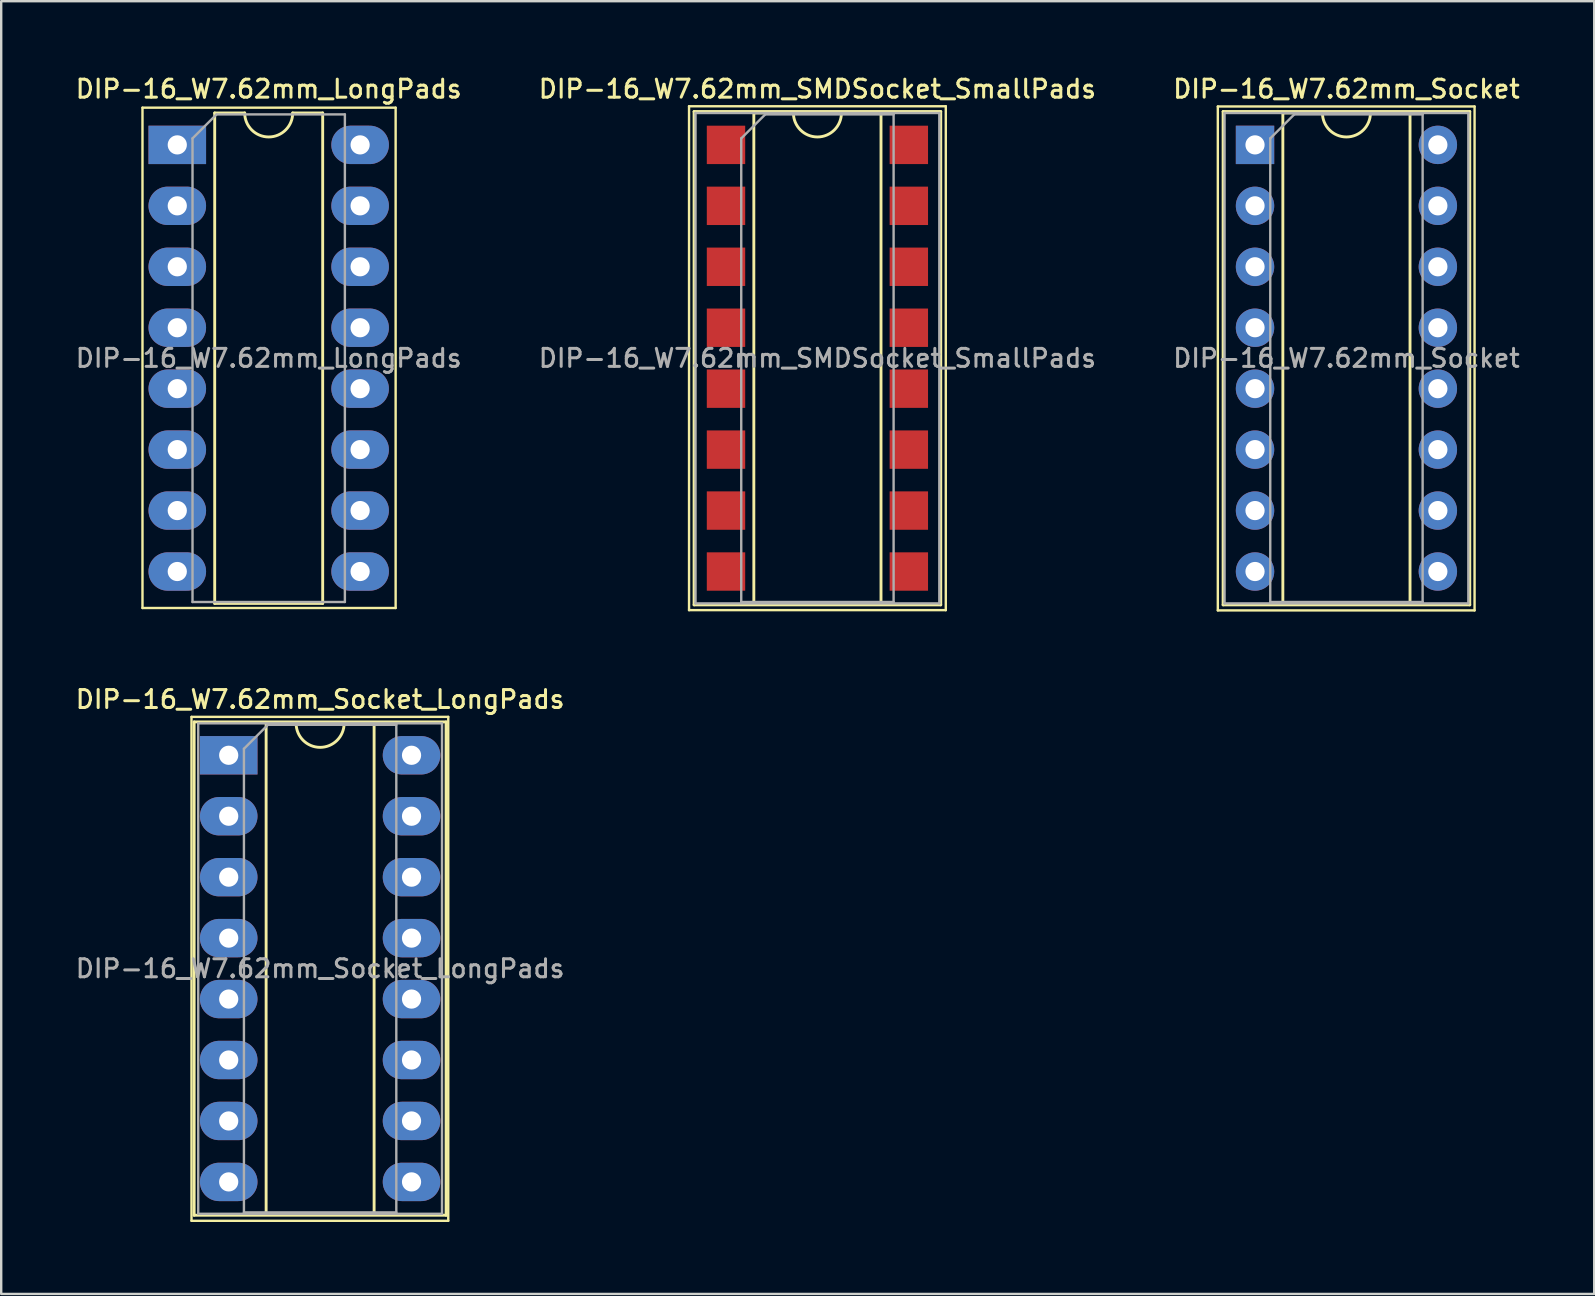
<source format=kicad_pcb>
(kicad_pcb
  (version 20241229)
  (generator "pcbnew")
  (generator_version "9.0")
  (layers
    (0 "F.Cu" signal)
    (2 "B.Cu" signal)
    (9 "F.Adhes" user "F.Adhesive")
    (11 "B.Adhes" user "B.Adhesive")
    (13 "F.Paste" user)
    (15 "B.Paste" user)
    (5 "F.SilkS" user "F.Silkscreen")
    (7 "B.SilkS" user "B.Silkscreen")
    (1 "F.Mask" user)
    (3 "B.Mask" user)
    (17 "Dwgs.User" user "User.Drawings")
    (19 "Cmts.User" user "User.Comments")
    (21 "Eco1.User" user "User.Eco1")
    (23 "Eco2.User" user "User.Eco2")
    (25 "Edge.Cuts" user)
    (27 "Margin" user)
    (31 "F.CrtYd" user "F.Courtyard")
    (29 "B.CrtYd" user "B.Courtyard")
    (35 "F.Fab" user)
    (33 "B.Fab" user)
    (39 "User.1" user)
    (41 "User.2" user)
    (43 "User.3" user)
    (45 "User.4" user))
  (footprint "DIP-16_W7.62mm_Socket_LongPads"
    (layer "F.Cu")
    (at 6.481 28.426)
    (property "Reference" "DIP-16_W7.62mm_Socket_LongPads" (at 3.81 -2.33 0) (layer "F.SilkS") (effects (font (size 0.75 0.75) (thickness 0.125))))
    (attr through_hole)
    (fp_line (start -1.55 -1.6) (end -1.55 19.4) (stroke (width 0.1) (type solid)) (layer "F.SilkS"))
    (fp_line (start -1.55 19.4) (end 9.15 19.4) (stroke (width 0.1) (type solid)) (layer "F.SilkS"))
    (fp_line (start -1.44 -1.39) (end -1.44 19.17) (stroke (width 0.12) (type solid)) (layer "F.SilkS"))
    (fp_line (start -1.44 19.17) (end 9.06 19.17) (stroke (width 0.12) (type solid)) (layer "F.SilkS"))
    (fp_line (start 1.56 -1.33) (end 1.56 19.11) (stroke (width 0.12) (type solid)) (layer "F.SilkS"))
    (fp_line (start 1.56 19.11) (end 6.06 19.11) (stroke (width 0.12) (type solid)) (layer "F.SilkS"))
    (fp_line (start 2.81 -1.33) (end 1.56 -1.33) (stroke (width 0.12) (type solid)) (layer "F.SilkS"))
    (fp_line (start 6.06 -1.33) (end 4.81 -1.33) (stroke (width 0.12) (type solid)) (layer "F.SilkS"))
    (fp_line (start 6.06 19.11) (end 6.06 -1.33) (stroke (width 0.12) (type solid)) (layer "F.SilkS"))
    (fp_line (start 9.06 -1.39) (end -1.44 -1.39) (stroke (width 0.12) (type solid)) (layer "F.SilkS"))
    (fp_line (start 9.06 19.17) (end 9.06 -1.39) (stroke (width 0.12) (type solid)) (layer "F.SilkS"))
    (fp_line (start 9.15 -1.6) (end -1.55 -1.6) (stroke (width 0.1) (type solid)) (layer "F.SilkS"))
    (fp_line (start 9.15 19.4) (end 9.15 -1.6) (stroke (width 0.1) (type solid)) (layer "F.SilkS"))
    (fp_arc (start 4.81 -1.33) (mid 3.81 -0.33) (end 2.81 -1.33) (stroke (width 0.12) (type solid)) (layer "F.SilkS"))
    (fp_line (start -1.27 -1.33) (end -1.27 19.11) (stroke (width 0.1) (type solid)) (layer "F.Fab"))
    (fp_line (start -1.27 19.11) (end 8.89 19.11) (stroke (width 0.1) (type solid)) (layer "F.Fab"))
    (fp_line (start 0.635 -0.27) (end 1.635 -1.27) (stroke (width 0.1) (type solid)) (layer "F.Fab"))
    (fp_line (start 0.635 19.05) (end 0.635 -0.27) (stroke (width 0.1) (type solid)) (layer "F.Fab"))
    (fp_line (start 1.635 -1.27) (end 6.985 -1.27) (stroke (width 0.1) (type solid)) (layer "F.Fab"))
    (fp_line (start 6.985 -1.27) (end 6.985 19.05) (stroke (width 0.1) (type solid)) (layer "F.Fab"))
    (fp_line (start 6.985 19.05) (end 0.635 19.05) (stroke (width 0.1) (type solid)) (layer "F.Fab"))
    (fp_line (start 8.89 -1.33) (end -1.27 -1.33) (stroke (width 0.1) (type solid)) (layer "F.Fab"))
    (fp_line (start 8.89 19.11) (end 8.89 -1.33) (stroke (width 0.1) (type solid)) (layer "F.Fab"))
    (fp_text user "${REFERENCE}" (at 3.81 8.89 0) (layer "F.Fab") (effects (font (size 0.75 0.75) (thickness 0.125))))
    (pad "1" thru_hole rect (at 0 0) (size 2.4 1.6) (drill 0.8) (layers "*.Cu" "*.Mask"))
    (pad "2" thru_hole oval (at 0 2.54) (size 2.4 1.6) (drill 0.8) (layers "*.Cu" "*.Mask"))
    (pad "3" thru_hole oval (at 0 5.08) (size 2.4 1.6) (drill 0.8) (layers "*.Cu" "*.Mask"))
    (pad "4" thru_hole oval (at 0 7.62) (size 2.4 1.6) (drill 0.8) (layers "*.Cu" "*.Mask"))
    (pad "5" thru_hole oval (at 0 10.16) (size 2.4 1.6) (drill 0.8) (layers "*.Cu" "*.Mask"))
    (pad "6" thru_hole oval (at 0 12.7) (size 2.4 1.6) (drill 0.8) (layers "*.Cu" "*.Mask"))
    (pad "7" thru_hole oval (at 0 15.24) (size 2.4 1.6) (drill 0.8) (layers "*.Cu" "*.Mask"))
    (pad "8" thru_hole oval (at 0 17.78) (size 2.4 1.6) (drill 0.8) (layers "*.Cu" "*.Mask"))
    (pad "9" thru_hole oval (at 7.62 17.78) (size 2.4 1.6) (drill 0.8) (layers "*.Cu" "*.Mask"))
    (pad "10" thru_hole oval (at 7.62 15.24) (size 2.4 1.6) (drill 0.8) (layers "*.Cu" "*.Mask"))
    (pad "11" thru_hole oval (at 7.62 12.7) (size 2.4 1.6) (drill 0.8) (layers "*.Cu" "*.Mask"))
    (pad "12" thru_hole oval (at 7.62 10.16) (size 2.4 1.6) (drill 0.8) (layers "*.Cu" "*.Mask"))
    (pad "13" thru_hole oval (at 7.62 7.62) (size 2.4 1.6) (drill 0.8) (layers "*.Cu" "*.Mask"))
    (pad "14" thru_hole oval (at 7.62 5.08) (size 2.4 1.6) (drill 0.8) (layers "*.Cu" "*.Mask"))
    (pad "15" thru_hole oval (at 7.62 2.54) (size 2.4 1.6) (drill 0.8) (layers "*.Cu" "*.Mask"))
    (pad "16" thru_hole oval (at 7.62 0) (size 2.4 1.6) (drill 0.8) (layers "*.Cu" "*.Mask")))
  (footprint "DIP-16_W7.62mm_SMDSocket_SmallPads"
    (layer "F.Cu")
    (at 31.016 11.878)
    (property "Reference" "DIP-16_W7.62mm_SMDSocket_SmallPads" (at 0 -11.22 0) (layer "F.SilkS") (effects (font (size 0.75 0.75) (thickness 0.125))))
    (attr smd)
    (fp_line (start -5.35 -10.5) (end -5.35 10.5) (stroke (width 0.1) (type solid)) (layer "F.SilkS"))
    (fp_line (start -5.35 10.5) (end 5.35 10.5) (stroke (width 0.1) (type solid)) (layer "F.SilkS"))
    (fp_line (start -5.14 -10.28) (end -5.14 10.28) (stroke (width 0.12) (type solid)) (layer "F.SilkS"))
    (fp_line (start -5.14 10.28) (end 5.14 10.28) (stroke (width 0.12) (type solid)) (layer "F.SilkS"))
    (fp_line (start -2.65 -10.22) (end -2.65 10.22) (stroke (width 0.12) (type solid)) (layer "F.SilkS"))
    (fp_line (start -2.65 10.22) (end 2.65 10.22) (stroke (width 0.12) (type solid)) (layer "F.SilkS"))
    (fp_line (start -1 -10.22) (end -2.65 -10.22) (stroke (width 0.12) (type solid)) (layer "F.SilkS"))
    (fp_line (start 2.65 -10.22) (end 1 -10.22) (stroke (width 0.12) (type solid)) (layer "F.SilkS"))
    (fp_line (start 2.65 10.22) (end 2.65 -10.22) (stroke (width 0.12) (type solid)) (layer "F.SilkS"))
    (fp_line (start 5.14 -10.28) (end -5.14 -10.28) (stroke (width 0.12) (type solid)) (layer "F.SilkS"))
    (fp_line (start 5.14 10.28) (end 5.14 -10.28) (stroke (width 0.12) (type solid)) (layer "F.SilkS"))
    (fp_line (start 5.35 -10.5) (end -5.35 -10.5) (stroke (width 0.1) (type solid)) (layer "F.SilkS"))
    (fp_line (start 5.35 10.5) (end 5.35 -10.5) (stroke (width 0.1) (type solid)) (layer "F.SilkS"))
    (fp_arc (start 1 -10.22) (mid 0 -9.22) (end -1 -10.22) (stroke (width 0.12) (type solid)) (layer "F.SilkS"))
    (fp_line (start -5.08 -10.22) (end -5.08 10.22) (stroke (width 0.1) (type solid)) (layer "F.Fab"))
    (fp_line (start -5.08 10.22) (end 5.08 10.22) (stroke (width 0.1) (type solid)) (layer "F.Fab"))
    (fp_line (start -3.175 -9.16) (end -2.175 -10.16) (stroke (width 0.1) (type solid)) (layer "F.Fab"))
    (fp_line (start -3.175 10.16) (end -3.175 -9.16) (stroke (width 0.1) (type solid)) (layer "F.Fab"))
    (fp_line (start -2.175 -10.16) (end 3.175 -10.16) (stroke (width 0.1) (type solid)) (layer "F.Fab"))
    (fp_line (start 3.175 -10.16) (end 3.175 10.16) (stroke (width 0.1) (type solid)) (layer "F.Fab"))
    (fp_line (start 3.175 10.16) (end -3.175 10.16) (stroke (width 0.1) (type solid)) (layer "F.Fab"))
    (fp_line (start 5.08 -10.22) (end -5.08 -10.22) (stroke (width 0.1) (type solid)) (layer "F.Fab"))
    (fp_line (start 5.08 10.22) (end 5.08 -10.22) (stroke (width 0.1) (type solid)) (layer "F.Fab"))
    (fp_text user "${REFERENCE}" (at 0 0 0) (layer "F.Fab") (effects (font (size 0.75 0.75) (thickness 0.125))))
    (pad "1" smd rect (at -3.81 -8.89) (size 1.6 1.6) (layers "F.Cu" "F.Mask" "F.Paste"))
    (pad "2" smd rect (at -3.81 -6.35) (size 1.6 1.6) (layers "F.Cu" "F.Mask" "F.Paste"))
    (pad "3" smd rect (at -3.81 -3.81) (size 1.6 1.6) (layers "F.Cu" "F.Mask" "F.Paste"))
    (pad "4" smd rect (at -3.81 -1.27) (size 1.6 1.6) (layers "F.Cu" "F.Mask" "F.Paste"))
    (pad "5" smd rect (at -3.81 1.27) (size 1.6 1.6) (layers "F.Cu" "F.Mask" "F.Paste"))
    (pad "6" smd rect (at -3.81 3.81) (size 1.6 1.6) (layers "F.Cu" "F.Mask" "F.Paste"))
    (pad "7" smd rect (at -3.81 6.35) (size 1.6 1.6) (layers "F.Cu" "F.Mask" "F.Paste"))
    (pad "8" smd rect (at -3.81 8.89) (size 1.6 1.6) (layers "F.Cu" "F.Mask" "F.Paste"))
    (pad "9" smd rect (at 3.81 8.89) (size 1.6 1.6) (layers "F.Cu" "F.Mask" "F.Paste"))
    (pad "10" smd rect (at 3.81 6.35) (size 1.6 1.6) (layers "F.Cu" "F.Mask" "F.Paste"))
    (pad "11" smd rect (at 3.81 3.81) (size 1.6 1.6) (layers "F.Cu" "F.Mask" "F.Paste"))
    (pad "12" smd rect (at 3.81 1.27) (size 1.6 1.6) (layers "F.Cu" "F.Mask" "F.Paste"))
    (pad "13" smd rect (at 3.81 -1.27) (size 1.6 1.6) (layers "F.Cu" "F.Mask" "F.Paste"))
    (pad "14" smd rect (at 3.81 -3.81) (size 1.6 1.6) (layers "F.Cu" "F.Mask" "F.Paste"))
    (pad "15" smd rect (at 3.81 -6.35) (size 1.6 1.6) (layers "F.Cu" "F.Mask" "F.Paste"))
    (pad "16" smd rect (at 3.81 -8.89) (size 1.6 1.6) (layers "F.Cu" "F.Mask" "F.Paste")))
  (footprint "DIP-16_W7.62mm_LongPads"
    (layer "F.Cu")
    (at 4.338 2.988)
    (property "Reference" "DIP-16_W7.62mm_LongPads" (at 3.81 -2.33 0) (layer "F.SilkS") (effects (font (size 0.75 0.75) (thickness 0.125))))
    (attr through_hole)
    (fp_line (start -1.45 -1.55) (end -1.45 19.3) (stroke (width 0.1) (type solid)) (layer "F.SilkS"))
    (fp_line (start -1.45 19.3) (end 9.1 19.3) (stroke (width 0.1) (type solid)) (layer "F.SilkS"))
    (fp_line (start 1.56 -1.33) (end 1.56 19.11) (stroke (width 0.12) (type solid)) (layer "F.SilkS"))
    (fp_line (start 1.56 19.11) (end 6.06 19.11) (stroke (width 0.12) (type solid)) (layer "F.SilkS"))
    (fp_line (start 2.81 -1.33) (end 1.56 -1.33) (stroke (width 0.12) (type solid)) (layer "F.SilkS"))
    (fp_line (start 6.06 -1.33) (end 4.81 -1.33) (stroke (width 0.12) (type solid)) (layer "F.SilkS"))
    (fp_line (start 6.06 19.11) (end 6.06 -1.33) (stroke (width 0.12) (type solid)) (layer "F.SilkS"))
    (fp_line (start 9.1 -1.55) (end -1.45 -1.55) (stroke (width 0.1) (type solid)) (layer "F.SilkS"))
    (fp_line (start 9.1 19.3) (end 9.1 -1.55) (stroke (width 0.1) (type solid)) (layer "F.SilkS"))
    (fp_arc (start 4.81 -1.33) (mid 3.81 -0.33) (end 2.81 -1.33) (stroke (width 0.12) (type solid)) (layer "F.SilkS"))
    (fp_line (start 0.635 -0.27) (end 1.635 -1.27) (stroke (width 0.1) (type solid)) (layer "F.Fab"))
    (fp_line (start 0.635 19.05) (end 0.635 -0.27) (stroke (width 0.1) (type solid)) (layer "F.Fab"))
    (fp_line (start 1.635 -1.27) (end 6.985 -1.27) (stroke (width 0.1) (type solid)) (layer "F.Fab"))
    (fp_line (start 6.985 -1.27) (end 6.985 19.05) (stroke (width 0.1) (type solid)) (layer "F.Fab"))
    (fp_line (start 6.985 19.05) (end 0.635 19.05) (stroke (width 0.1) (type solid)) (layer "F.Fab"))
    (fp_text user "${REFERENCE}" (at 3.81 8.89 0) (layer "F.Fab") (effects (font (size 0.75 0.75) (thickness 0.125))))
    (pad "1" thru_hole rect (at 0 0) (size 2.4 1.6) (drill 0.8) (layers "*.Cu" "*.Mask"))
    (pad "2" thru_hole oval (at 0 2.54) (size 2.4 1.6) (drill 0.8) (layers "*.Cu" "*.Mask"))
    (pad "3" thru_hole oval (at 0 5.08) (size 2.4 1.6) (drill 0.8) (layers "*.Cu" "*.Mask"))
    (pad "4" thru_hole oval (at 0 7.62) (size 2.4 1.6) (drill 0.8) (layers "*.Cu" "*.Mask"))
    (pad "5" thru_hole oval (at 0 10.16) (size 2.4 1.6) (drill 0.8) (layers "*.Cu" "*.Mask"))
    (pad "6" thru_hole oval (at 0 12.7) (size 2.4 1.6) (drill 0.8) (layers "*.Cu" "*.Mask"))
    (pad "7" thru_hole oval (at 0 15.24) (size 2.4 1.6) (drill 0.8) (layers "*.Cu" "*.Mask"))
    (pad "8" thru_hole oval (at 0 17.78) (size 2.4 1.6) (drill 0.8) (layers "*.Cu" "*.Mask"))
    (pad "9" thru_hole oval (at 7.62 17.78) (size 2.4 1.6) (drill 0.8) (layers "*.Cu" "*.Mask"))
    (pad "10" thru_hole oval (at 7.62 15.24) (size 2.4 1.6) (drill 0.8) (layers "*.Cu" "*.Mask"))
    (pad "11" thru_hole oval (at 7.62 12.7) (size 2.4 1.6) (drill 0.8) (layers "*.Cu" "*.Mask"))
    (pad "12" thru_hole oval (at 7.62 10.16) (size 2.4 1.6) (drill 0.8) (layers "*.Cu" "*.Mask"))
    (pad "13" thru_hole oval (at 7.62 7.62) (size 2.4 1.6) (drill 0.8) (layers "*.Cu" "*.Mask"))
    (pad "14" thru_hole oval (at 7.62 5.08) (size 2.4 1.6) (drill 0.8) (layers "*.Cu" "*.Mask"))
    (pad "15" thru_hole oval (at 7.62 2.54) (size 2.4 1.6) (drill 0.8) (layers "*.Cu" "*.Mask"))
    (pad "16" thru_hole oval (at 7.62 0) (size 2.4 1.6) (drill 0.8) (layers "*.Cu" "*.Mask")))
  (footprint "DIP-16_W7.62mm_Socket"
    (layer "F.Cu")
    (at 49.253 2.988)
    (property "Reference" "DIP-16_W7.62mm_Socket" (at 3.81 -2.33 0) (layer "F.SilkS") (effects (font (size 0.75 0.75) (thickness 0.125))))
    (attr through_hole)
    (fp_line (start -1.55 -1.6) (end -1.55 19.4) (stroke (width 0.1) (type solid)) (layer "F.SilkS"))
    (fp_line (start -1.55 19.4) (end 9.15 19.4) (stroke (width 0.1) (type solid)) (layer "F.SilkS"))
    (fp_line (start -1.33 -1.39) (end -1.33 19.17) (stroke (width 0.12) (type solid)) (layer "F.SilkS"))
    (fp_line (start -1.33 19.17) (end 8.95 19.17) (stroke (width 0.12) (type solid)) (layer "F.SilkS"))
    (fp_line (start 1.16 -1.33) (end 1.16 19.11) (stroke (width 0.12) (type solid)) (layer "F.SilkS"))
    (fp_line (start 1.16 19.11) (end 6.46 19.11) (stroke (width 0.12) (type solid)) (layer "F.SilkS"))
    (fp_line (start 2.81 -1.33) (end 1.16 -1.33) (stroke (width 0.12) (type solid)) (layer "F.SilkS"))
    (fp_line (start 6.46 -1.33) (end 4.81 -1.33) (stroke (width 0.12) (type solid)) (layer "F.SilkS"))
    (fp_line (start 6.46 19.11) (end 6.46 -1.33) (stroke (width 0.12) (type solid)) (layer "F.SilkS"))
    (fp_line (start 8.95 -1.39) (end -1.33 -1.39) (stroke (width 0.12) (type solid)) (layer "F.SilkS"))
    (fp_line (start 8.95 19.17) (end 8.95 -1.39) (stroke (width 0.12) (type solid)) (layer "F.SilkS"))
    (fp_line (start 9.15 -1.6) (end -1.55 -1.6) (stroke (width 0.1) (type solid)) (layer "F.SilkS"))
    (fp_line (start 9.15 19.4) (end 9.15 -1.6) (stroke (width 0.1) (type solid)) (layer "F.SilkS"))
    (fp_arc (start 4.81 -1.33) (mid 3.81 -0.33) (end 2.81 -1.33) (stroke (width 0.12) (type solid)) (layer "F.SilkS"))
    (fp_line (start -1.27 -1.33) (end -1.27 19.11) (stroke (width 0.1) (type solid)) (layer "F.Fab"))
    (fp_line (start -1.27 19.11) (end 8.89 19.11) (stroke (width 0.1) (type solid)) (layer "F.Fab"))
    (fp_line (start 0.635 -0.27) (end 1.635 -1.27) (stroke (width 0.1) (type solid)) (layer "F.Fab"))
    (fp_line (start 0.635 19.05) (end 0.635 -0.27) (stroke (width 0.1) (type solid)) (layer "F.Fab"))
    (fp_line (start 1.635 -1.27) (end 6.985 -1.27) (stroke (width 0.1) (type solid)) (layer "F.Fab"))
    (fp_line (start 6.985 -1.27) (end 6.985 19.05) (stroke (width 0.1) (type solid)) (layer "F.Fab"))
    (fp_line (start 6.985 19.05) (end 0.635 19.05) (stroke (width 0.1) (type solid)) (layer "F.Fab"))
    (fp_line (start 8.89 -1.33) (end -1.27 -1.33) (stroke (width 0.1) (type solid)) (layer "F.Fab"))
    (fp_line (start 8.89 19.11) (end 8.89 -1.33) (stroke (width 0.1) (type solid)) (layer "F.Fab"))
    (fp_text user "${REFERENCE}" (at 3.81 8.89 0) (layer "F.Fab") (effects (font (size 0.75 0.75) (thickness 0.125))))
    (pad "1" thru_hole rect (at 0 0) (size 1.6 1.6) (drill 0.8) (layers "*.Cu" "*.Mask"))
    (pad "2" thru_hole oval (at 0 2.54) (size 1.6 1.6) (drill 0.8) (layers "*.Cu" "*.Mask"))
    (pad "3" thru_hole oval (at 0 5.08) (size 1.6 1.6) (drill 0.8) (layers "*.Cu" "*.Mask"))
    (pad "4" thru_hole oval (at 0 7.62) (size 1.6 1.6) (drill 0.8) (layers "*.Cu" "*.Mask"))
    (pad "5" thru_hole oval (at 0 10.16) (size 1.6 1.6) (drill 0.8) (layers "*.Cu" "*.Mask"))
    (pad "6" thru_hole oval (at 0 12.7) (size 1.6 1.6) (drill 0.8) (layers "*.Cu" "*.Mask"))
    (pad "7" thru_hole oval (at 0 15.24) (size 1.6 1.6) (drill 0.8) (layers "*.Cu" "*.Mask"))
    (pad "8" thru_hole oval (at 0 17.78) (size 1.6 1.6) (drill 0.8) (layers "*.Cu" "*.Mask"))
    (pad "9" thru_hole oval (at 7.62 17.78) (size 1.6 1.6) (drill 0.8) (layers "*.Cu" "*.Mask"))
    (pad "10" thru_hole oval (at 7.62 15.24) (size 1.6 1.6) (drill 0.8) (layers "*.Cu" "*.Mask"))
    (pad "11" thru_hole oval (at 7.62 12.7) (size 1.6 1.6) (drill 0.8) (layers "*.Cu" "*.Mask"))
    (pad "12" thru_hole oval (at 7.62 10.16) (size 1.6 1.6) (drill 0.8) (layers "*.Cu" "*.Mask"))
    (pad "13" thru_hole oval (at 7.62 7.62) (size 1.6 1.6) (drill 0.8) (layers "*.Cu" "*.Mask"))
    (pad "14" thru_hole oval (at 7.62 5.08) (size 1.6 1.6) (drill 0.8) (layers "*.Cu" "*.Mask"))
    (pad "15" thru_hole oval (at 7.62 2.54) (size 1.6 1.6) (drill 0.8) (layers "*.Cu" "*.Mask"))
    (pad "16" thru_hole oval (at 7.62 0) (size 1.6 1.6) (drill 0.8) (layers "*.Cu" "*.Mask")))
  (gr_rect
    (start -3 -3)
    (end 63.389 50.876)
    (stroke (width 0.1) (type default))
    (fill no)
    (layer "Edge.Cuts")))
</source>
